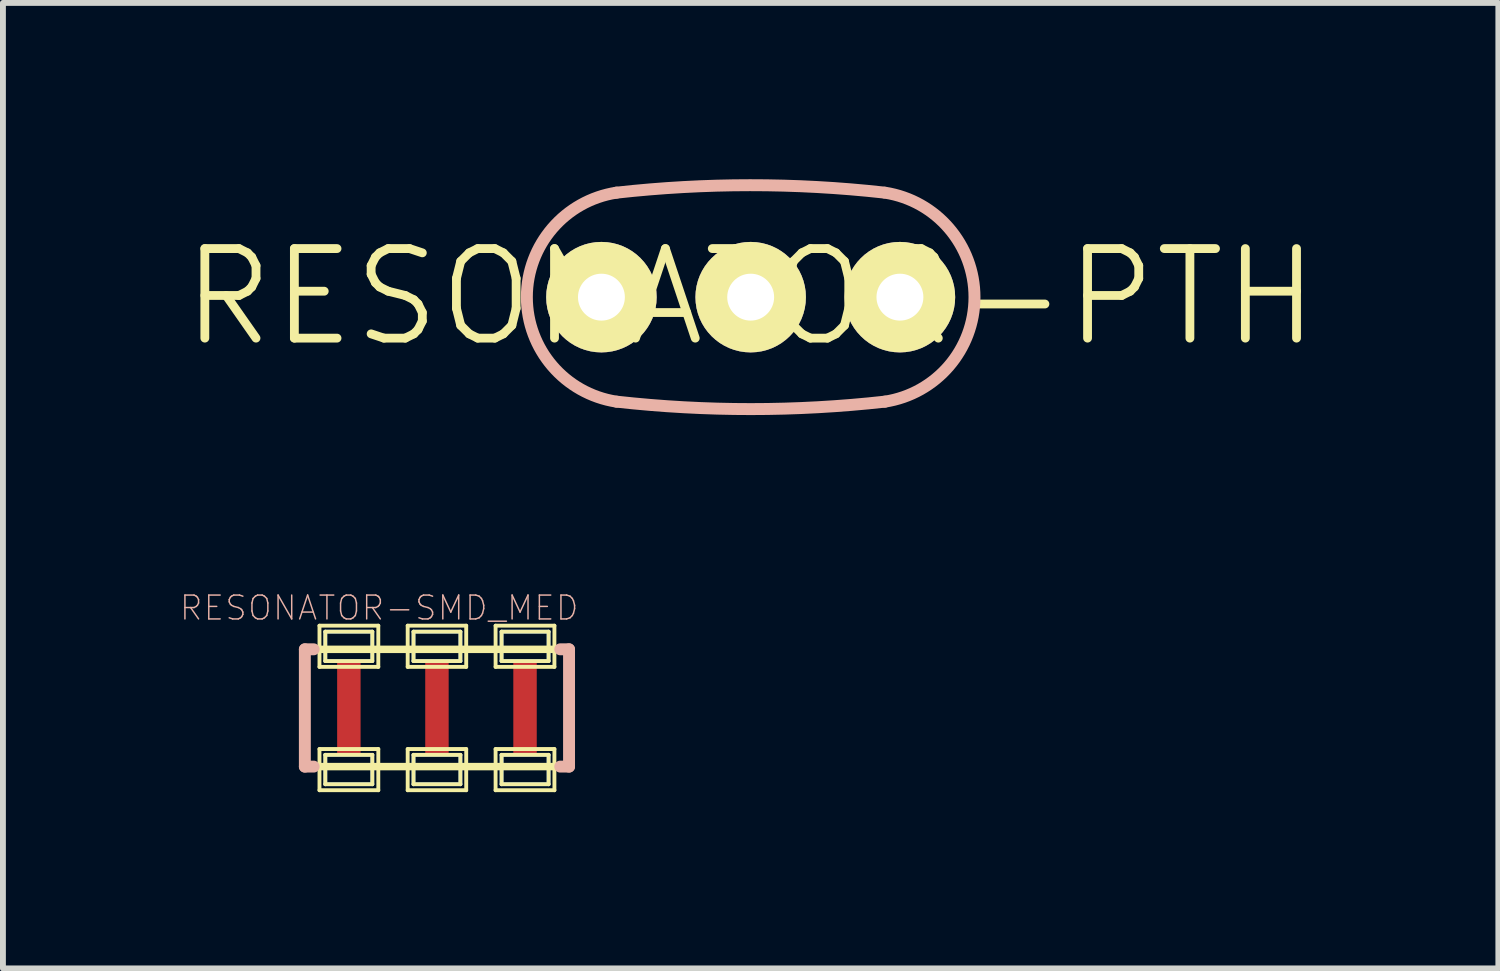
<source format=kicad_pcb>
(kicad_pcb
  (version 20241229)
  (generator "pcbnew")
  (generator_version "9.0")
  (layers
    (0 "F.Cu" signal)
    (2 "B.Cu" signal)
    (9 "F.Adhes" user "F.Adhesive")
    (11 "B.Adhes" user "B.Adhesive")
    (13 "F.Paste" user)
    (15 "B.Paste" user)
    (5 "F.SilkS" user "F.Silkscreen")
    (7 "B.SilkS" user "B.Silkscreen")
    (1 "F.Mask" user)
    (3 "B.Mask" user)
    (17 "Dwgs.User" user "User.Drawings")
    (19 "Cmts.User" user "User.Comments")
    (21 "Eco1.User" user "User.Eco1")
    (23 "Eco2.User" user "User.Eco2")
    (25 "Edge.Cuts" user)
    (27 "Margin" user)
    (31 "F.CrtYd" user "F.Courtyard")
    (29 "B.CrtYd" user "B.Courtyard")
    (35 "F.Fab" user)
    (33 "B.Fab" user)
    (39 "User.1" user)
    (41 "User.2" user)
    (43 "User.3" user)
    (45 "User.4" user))
  (footprint "RESONATOR-SMD_MED"
    (layer "F.Cu")
    (at 4.386 8.998)
    (property "Reference" "RESONATOR-SMD_MED" (at -0.983 -1.702 0) (layer "B.SilkS") (effects (font (size 0.406 0.406) (thickness 0.025))))
    (attr smd)
    (fp_line (start -1.9 -1.298) (end -1.1 -1.298) (stroke (width 0.066) (type solid)) (layer "B.Cu"))
    (fp_line (start -1.9 -0.798) (end -1.9 -1.298) (stroke (width 0.066) (type solid)) (layer "B.Cu"))
    (fp_line (start -1.9 -0.798) (end -1.1 -0.798) (stroke (width 0.066) (type solid)) (layer "B.Cu"))
    (fp_line (start -1.9 0.798) (end -1.1 0.798) (stroke (width 0.066) (type solid)) (layer "B.Cu"))
    (fp_line (start -1.9 1.298) (end -1.9 0.798) (stroke (width 0.066) (type solid)) (layer "B.Cu"))
    (fp_line (start -1.9 1.298) (end -1.1 1.298) (stroke (width 0.066) (type solid)) (layer "B.Cu"))
    (fp_line (start -1.1 -0.798) (end -1.1 -1.298) (stroke (width 0.066) (type solid)) (layer "B.Cu"))
    (fp_line (start -1.1 1.298) (end -1.1 0.798) (stroke (width 0.066) (type solid)) (layer "B.Cu"))
    (fp_line (start -0.399 -1.298) (end 0.399 -1.298) (stroke (width 0.066) (type solid)) (layer "B.Cu"))
    (fp_line (start -0.399 -0.798) (end -0.399 -1.298) (stroke (width 0.066) (type solid)) (layer "B.Cu"))
    (fp_line (start -0.399 -0.798) (end 0.399 -0.798) (stroke (width 0.066) (type solid)) (layer "B.Cu"))
    (fp_line (start -0.399 0.798) (end 0.399 0.798) (stroke (width 0.066) (type solid)) (layer "B.Cu"))
    (fp_line (start -0.399 1.298) (end -0.399 0.798) (stroke (width 0.066) (type solid)) (layer "B.Cu"))
    (fp_line (start -0.399 1.298) (end 0.399 1.298) (stroke (width 0.066) (type solid)) (layer "B.Cu"))
    (fp_line (start 0.399 -0.798) (end 0.399 -1.298) (stroke (width 0.066) (type solid)) (layer "B.Cu"))
    (fp_line (start 0.399 1.298) (end 0.399 0.798) (stroke (width 0.066) (type solid)) (layer "B.Cu"))
    (fp_line (start 1.1 -1.298) (end 1.9 -1.298) (stroke (width 0.066) (type solid)) (layer "B.Cu"))
    (fp_line (start 1.1 -0.798) (end 1.1 -1.298) (stroke (width 0.066) (type solid)) (layer "B.Cu"))
    (fp_line (start 1.1 -0.798) (end 1.9 -0.798) (stroke (width 0.066) (type solid)) (layer "B.Cu"))
    (fp_line (start 1.1 0.798) (end 1.9 0.798) (stroke (width 0.066) (type solid)) (layer "B.Cu"))
    (fp_line (start 1.1 1.298) (end 1.1 0.798) (stroke (width 0.066) (type solid)) (layer "B.Cu"))
    (fp_line (start 1.1 1.298) (end 1.9 1.298) (stroke (width 0.066) (type solid)) (layer "B.Cu"))
    (fp_line (start 1.9 -0.798) (end 1.9 -1.298) (stroke (width 0.066) (type solid)) (layer "B.Cu"))
    (fp_line (start 1.9 1.298) (end 1.9 0.798) (stroke (width 0.066) (type solid)) (layer "B.Cu"))
    (fp_line (start -2.248 -0.998) (end 2.248 -0.998) (stroke (width 0.127) (type solid)) (layer "F.SilkS"))
    (fp_line (start -2.248 0.998) (end -2.248 -0.998) (stroke (width 0.127) (type solid)) (layer "F.SilkS"))
    (fp_line (start -1.999 -1.4) (end -0.998 -1.4) (stroke (width 0.066) (type solid)) (layer "F.SilkS"))
    (fp_line (start -1.999 -0.699) (end -1.999 -1.4) (stroke (width 0.066) (type solid)) (layer "F.SilkS"))
    (fp_line (start -1.999 -0.699) (end -0.998 -0.699) (stroke (width 0.066) (type solid)) (layer "F.SilkS"))
    (fp_line (start -1.999 0.699) (end -0.998 0.699) (stroke (width 0.066) (type solid)) (layer "F.SilkS"))
    (fp_line (start -1.999 1.4) (end -1.999 0.699) (stroke (width 0.066) (type solid)) (layer "F.SilkS"))
    (fp_line (start -1.999 1.4) (end -0.998 1.4) (stroke (width 0.066) (type solid)) (layer "F.SilkS"))
    (fp_line (start -1.9 -1.298) (end -1.1 -1.298) (stroke (width 0.066) (type solid)) (layer "F.SilkS"))
    (fp_line (start -1.9 -0.798) (end -1.9 -1.298) (stroke (width 0.066) (type solid)) (layer "F.SilkS"))
    (fp_line (start -1.9 -0.798) (end -1.1 -0.798) (stroke (width 0.066) (type solid)) (layer "F.SilkS"))
    (fp_line (start -1.9 0.798) (end -1.1 0.798) (stroke (width 0.066) (type solid)) (layer "F.SilkS"))
    (fp_line (start -1.9 1.298) (end -1.9 0.798) (stroke (width 0.066) (type solid)) (layer "F.SilkS"))
    (fp_line (start -1.9 1.298) (end -1.1 1.298) (stroke (width 0.066) (type solid)) (layer "F.SilkS"))
    (fp_line (start -1.1 -0.798) (end -1.1 -1.298) (stroke (width 0.066) (type solid)) (layer "F.SilkS"))
    (fp_line (start -1.1 1.298) (end -1.1 0.798) (stroke (width 0.066) (type solid)) (layer "F.SilkS"))
    (fp_line (start -0.998 -0.699) (end -0.998 -1.4) (stroke (width 0.066) (type solid)) (layer "F.SilkS"))
    (fp_line (start -0.998 1.4) (end -0.998 0.699) (stroke (width 0.066) (type solid)) (layer "F.SilkS"))
    (fp_line (start -0.498 -1.4) (end 0.498 -1.4) (stroke (width 0.066) (type solid)) (layer "F.SilkS"))
    (fp_line (start -0.498 -0.699) (end -0.498 -1.4) (stroke (width 0.066) (type solid)) (layer "F.SilkS"))
    (fp_line (start -0.498 -0.699) (end 0.498 -0.699) (stroke (width 0.066) (type solid)) (layer "F.SilkS"))
    (fp_line (start -0.498 0.699) (end 0.498 0.699) (stroke (width 0.066) (type solid)) (layer "F.SilkS"))
    (fp_line (start -0.498 1.4) (end -0.498 0.699) (stroke (width 0.066) (type solid)) (layer "F.SilkS"))
    (fp_line (start -0.498 1.4) (end 0.498 1.4) (stroke (width 0.066) (type solid)) (layer "F.SilkS"))
    (fp_line (start -0.399 -1.298) (end 0.399 -1.298) (stroke (width 0.066) (type solid)) (layer "F.SilkS"))
    (fp_line (start -0.399 -0.798) (end -0.399 -1.298) (stroke (width 0.066) (type solid)) (layer "F.SilkS"))
    (fp_line (start -0.399 -0.798) (end 0.399 -0.798) (stroke (width 0.066) (type solid)) (layer "F.SilkS"))
    (fp_line (start -0.399 0.798) (end 0.399 0.798) (stroke (width 0.066) (type solid)) (layer "F.SilkS"))
    (fp_line (start -0.399 1.298) (end -0.399 0.798) (stroke (width 0.066) (type solid)) (layer "F.SilkS"))
    (fp_line (start -0.399 1.298) (end 0.399 1.298) (stroke (width 0.066) (type solid)) (layer "F.SilkS"))
    (fp_line (start 0.399 -0.798) (end 0.399 -1.298) (stroke (width 0.066) (type solid)) (layer "F.SilkS"))
    (fp_line (start 0.399 1.298) (end 0.399 0.798) (stroke (width 0.066) (type solid)) (layer "F.SilkS"))
    (fp_line (start 0.498 -0.699) (end 0.498 -1.4) (stroke (width 0.066) (type solid)) (layer "F.SilkS"))
    (fp_line (start 0.498 1.4) (end 0.498 0.699) (stroke (width 0.066) (type solid)) (layer "F.SilkS"))
    (fp_line (start 0.998 -1.4) (end 1.999 -1.4) (stroke (width 0.066) (type solid)) (layer "F.SilkS"))
    (fp_line (start 0.998 -0.699) (end 0.998 -1.4) (stroke (width 0.066) (type solid)) (layer "F.SilkS"))
    (fp_line (start 0.998 -0.699) (end 1.999 -0.699) (stroke (width 0.066) (type solid)) (layer "F.SilkS"))
    (fp_line (start 0.998 0.699) (end 1.999 0.699) (stroke (width 0.066) (type solid)) (layer "F.SilkS"))
    (fp_line (start 0.998 1.4) (end 0.998 0.699) (stroke (width 0.066) (type solid)) (layer "F.SilkS"))
    (fp_line (start 0.998 1.4) (end 1.999 1.4) (stroke (width 0.066) (type solid)) (layer "F.SilkS"))
    (fp_line (start 1.1 -1.298) (end 1.9 -1.298) (stroke (width 0.066) (type solid)) (layer "F.SilkS"))
    (fp_line (start 1.1 -0.798) (end 1.1 -1.298) (stroke (width 0.066) (type solid)) (layer "F.SilkS"))
    (fp_line (start 1.1 -0.798) (end 1.9 -0.798) (stroke (width 0.066) (type solid)) (layer "F.SilkS"))
    (fp_line (start 1.1 0.798) (end 1.9 0.798) (stroke (width 0.066) (type solid)) (layer "F.SilkS"))
    (fp_line (start 1.1 1.298) (end 1.1 0.798) (stroke (width 0.066) (type solid)) (layer "F.SilkS"))
    (fp_line (start 1.1 1.298) (end 1.9 1.298) (stroke (width 0.066) (type solid)) (layer "F.SilkS"))
    (fp_line (start 1.9 -0.798) (end 1.9 -1.298) (stroke (width 0.066) (type solid)) (layer "F.SilkS"))
    (fp_line (start 1.9 1.298) (end 1.9 0.798) (stroke (width 0.066) (type solid)) (layer "F.SilkS"))
    (fp_line (start 1.999 -0.699) (end 1.999 -1.4) (stroke (width 0.066) (type solid)) (layer "F.SilkS"))
    (fp_line (start 1.999 1.4) (end 1.999 0.699) (stroke (width 0.066) (type solid)) (layer "F.SilkS"))
    (fp_line (start 2.248 -0.998) (end 2.248 0.998) (stroke (width 0.127) (type solid)) (layer "F.SilkS"))
    (fp_line (start 2.248 0.998) (end -2.248 0.998) (stroke (width 0.127) (type solid)) (layer "F.SilkS"))
    (fp_line (start -2.248 0.998) (end -2.248 -0.998) (stroke (width 0.203) (type solid)) (layer "B.SilkS"))
    (fp_line (start -2.098 -0.998) (end -2.248 -0.998) (stroke (width 0.203) (type solid)) (layer "B.SilkS"))
    (fp_line (start -2.098 0.998) (end -2.248 0.998) (stroke (width 0.203) (type solid)) (layer "B.SilkS"))
    (fp_line (start 2.248 -0.998) (end 2.098 -0.998) (stroke (width 0.203) (type solid)) (layer "B.SilkS"))
    (fp_line (start 2.248 0.998) (end 2.098 0.998) (stroke (width 0.203) (type solid)) (layer "B.SilkS"))
    (fp_line (start 2.248 0.998) (end 2.248 -0.998) (stroke (width 0.203) (type solid)) (layer "B.SilkS"))
    (pad "1" smd rect (at -1.499 0) (size 0.399 1.598) (layers "F.Cu" "F.Mask" "F.Paste"))
    (pad "2" smd rect (at 0 0) (size 0.399 1.598) (layers "F.Cu" "F.Mask" "F.Paste"))
    (pad "3" smd rect (at 1.499 0) (size 0.399 1.598) (layers "F.Cu" "F.Mask" "F.Paste")))
  (footprint "RESONATOR-PTH"
    (layer "F.Cu")
    (at 9.725 2.007)
    (property "Reference" "RESONATOR-PTH" (at 0 0 0) (layer "F.SilkS") (effects (font (size 1.524 1.524) (thickness 0.15))))
    (attr exclude_from_pos_files exclude_from_bom)
    (fp_arc (start -2.286 -1.778) (mid -0.010503 -1.905389) (end 2.265123 -1.780323) (stroke (width 0.2032) (type solid)) (layer "B.SilkS"))
    (fp_arc (start -2.286 1.778) (mid -3.808566 -0.001592) (end -2.282853 -1.778487) (stroke (width 0.2032) (type solid)) (layer "B.SilkS"))
    (fp_arc (start 2.286 -1.778) (mid 3.808566 0.001592) (end 2.282853 1.778487) (stroke (width 0.2032) (type solid)) (layer "B.SilkS"))
    (fp_arc (start 2.286 1.778) (mid 0.003479 1.905) (end -2.279084 1.77877) (stroke (width 0.2032) (type solid)) (layer "B.SilkS"))
    (pad "1" thru_hole circle (at -2.54 0) (size 1.88 1.88) (drill 0.798) (layers "*.Cu" "F.Mask" "F.SilkS" "F.Paste"))
    (pad "2" thru_hole circle (at 0 0) (size 1.88 1.88) (drill 0.798) (layers "*.Cu" "F.Mask" "F.SilkS" "F.Paste"))
    (pad "3" thru_hole circle (at 2.54 0) (size 1.88 1.88) (drill 0.798) (layers "*.Cu" "F.Mask" "F.SilkS" "F.Paste")))
  (gr_rect
    (start -3 -3)
    (end 22.449 13.43)
    (stroke (width 0.1) (type default))
    (fill no)
    (layer "Edge.Cuts")))
</source>
